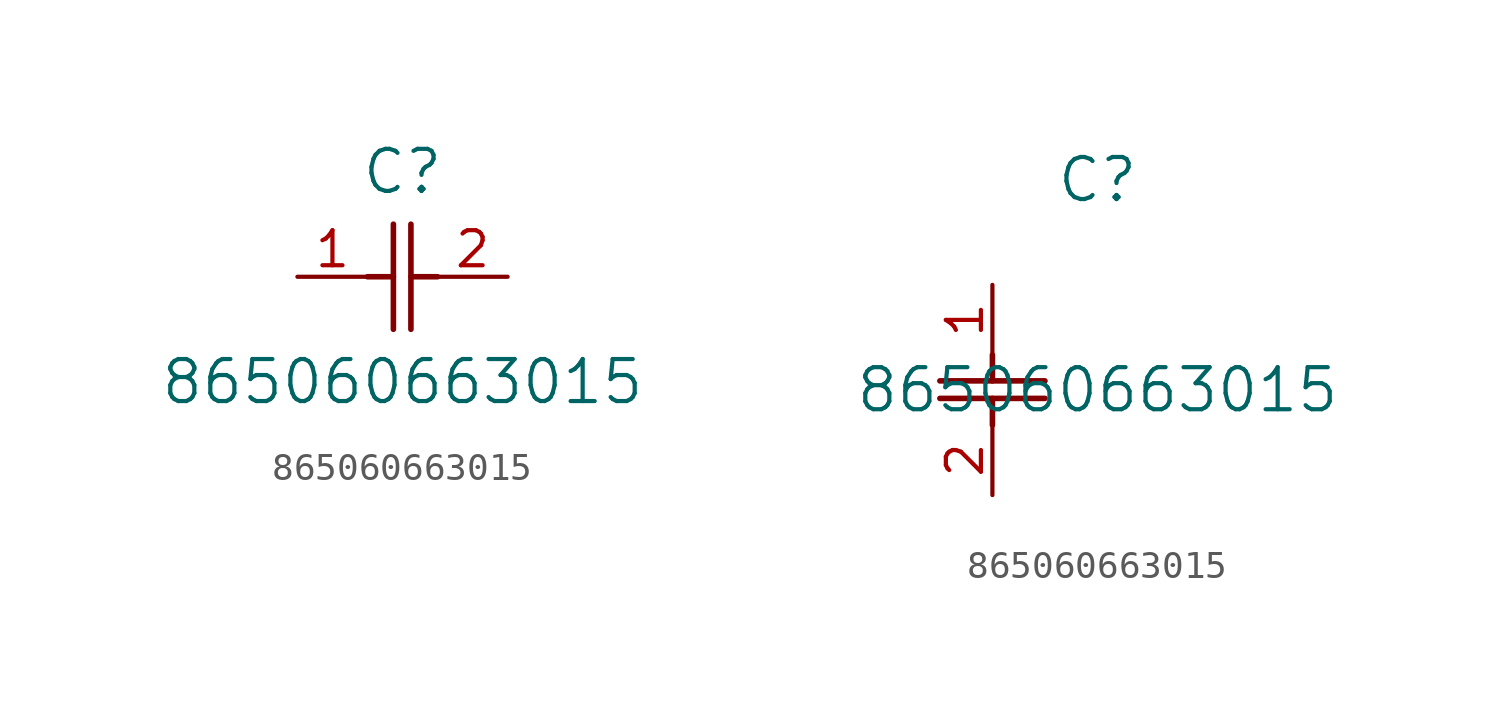
<source format=kicad_sym>
(kicad_symbol_lib
  (version 20211014)
  (generator kicad_symbol_editor)
  (symbol "865060663015"
    (pin_names
      (offset 0.254))
    (property "Reference" "C"
      (at 3.81 3.81 0)
      (effects (font (size 1.524 1.524))))
    (property "Value" "865060663015"
      (at 3.81 -3.81 0)
      (effects (font (size 1.524 1.524))))
    (symbol "865060663015_1_1"
      (polyline (pts (xy 3.48 -1.905) (xy 3.48 1.905)) (stroke (width 0.203) (type default) (color 0 0 0 0)) (fill (type none)))
      (polyline (pts (xy 4.115 -1.905) (xy 4.115 1.905)) (stroke (width 0.203) (type default) (color 0 0 0 0)) (fill (type none)))
      (polyline (pts (xy 4.115 0) (xy 5.08 0)) (stroke (width 0.203) (type default) (color 0 0 0 0)) (fill (type none)))
      (polyline (pts (xy 2.54 0) (xy 3.48 0)) (stroke (width 0.203) (type default) (color 0 0 0 0)) (fill (type none)))
      (pin unspecified line (at 0 0 0) (length 2.54) (name "" (effects (font (size 1.27 1.27)))) (number "1" (effects (font (size 1.27 1.27)))))
      (pin unspecified line (at 7.62 0 180) (length 2.54) (name "" (effects (font (size 1.27 1.27)))) (number "2" (effects (font (size 1.27 1.27))))))
    (symbol "865060663015_1_2"
      (polyline (pts (xy -1.905 -3.48) (xy 1.905 -3.48)) (stroke (width 0.203) (type default) (color 0 0 0 0)) (fill (type none)))
      (polyline (pts (xy -1.905 -4.115) (xy 1.905 -4.115)) (stroke (width 0.203) (type default) (color 0 0 0 0)) (fill (type none)))
      (polyline (pts (xy 0 -4.115) (xy 0 -5.08)) (stroke (width 0.203) (type default) (color 0 0 0 0)) (fill (type none)))
      (polyline (pts (xy 0 -2.54) (xy 0 -3.48)) (stroke (width 0.203) (type default) (color 0 0 0 0)) (fill (type none)))
      (pin unspecified line (at 0 0 270) (length 2.54) (name "" (effects (font (size 1.27 1.27)))) (number "1" (effects (font (size 1.27 1.27)))))
      (pin unspecified line (at 0 -7.62 90) (length 2.54) (name "" (effects (font (size 1.27 1.27)))) (number "2" (effects (font (size 1.27 1.27))))))))
</source>
